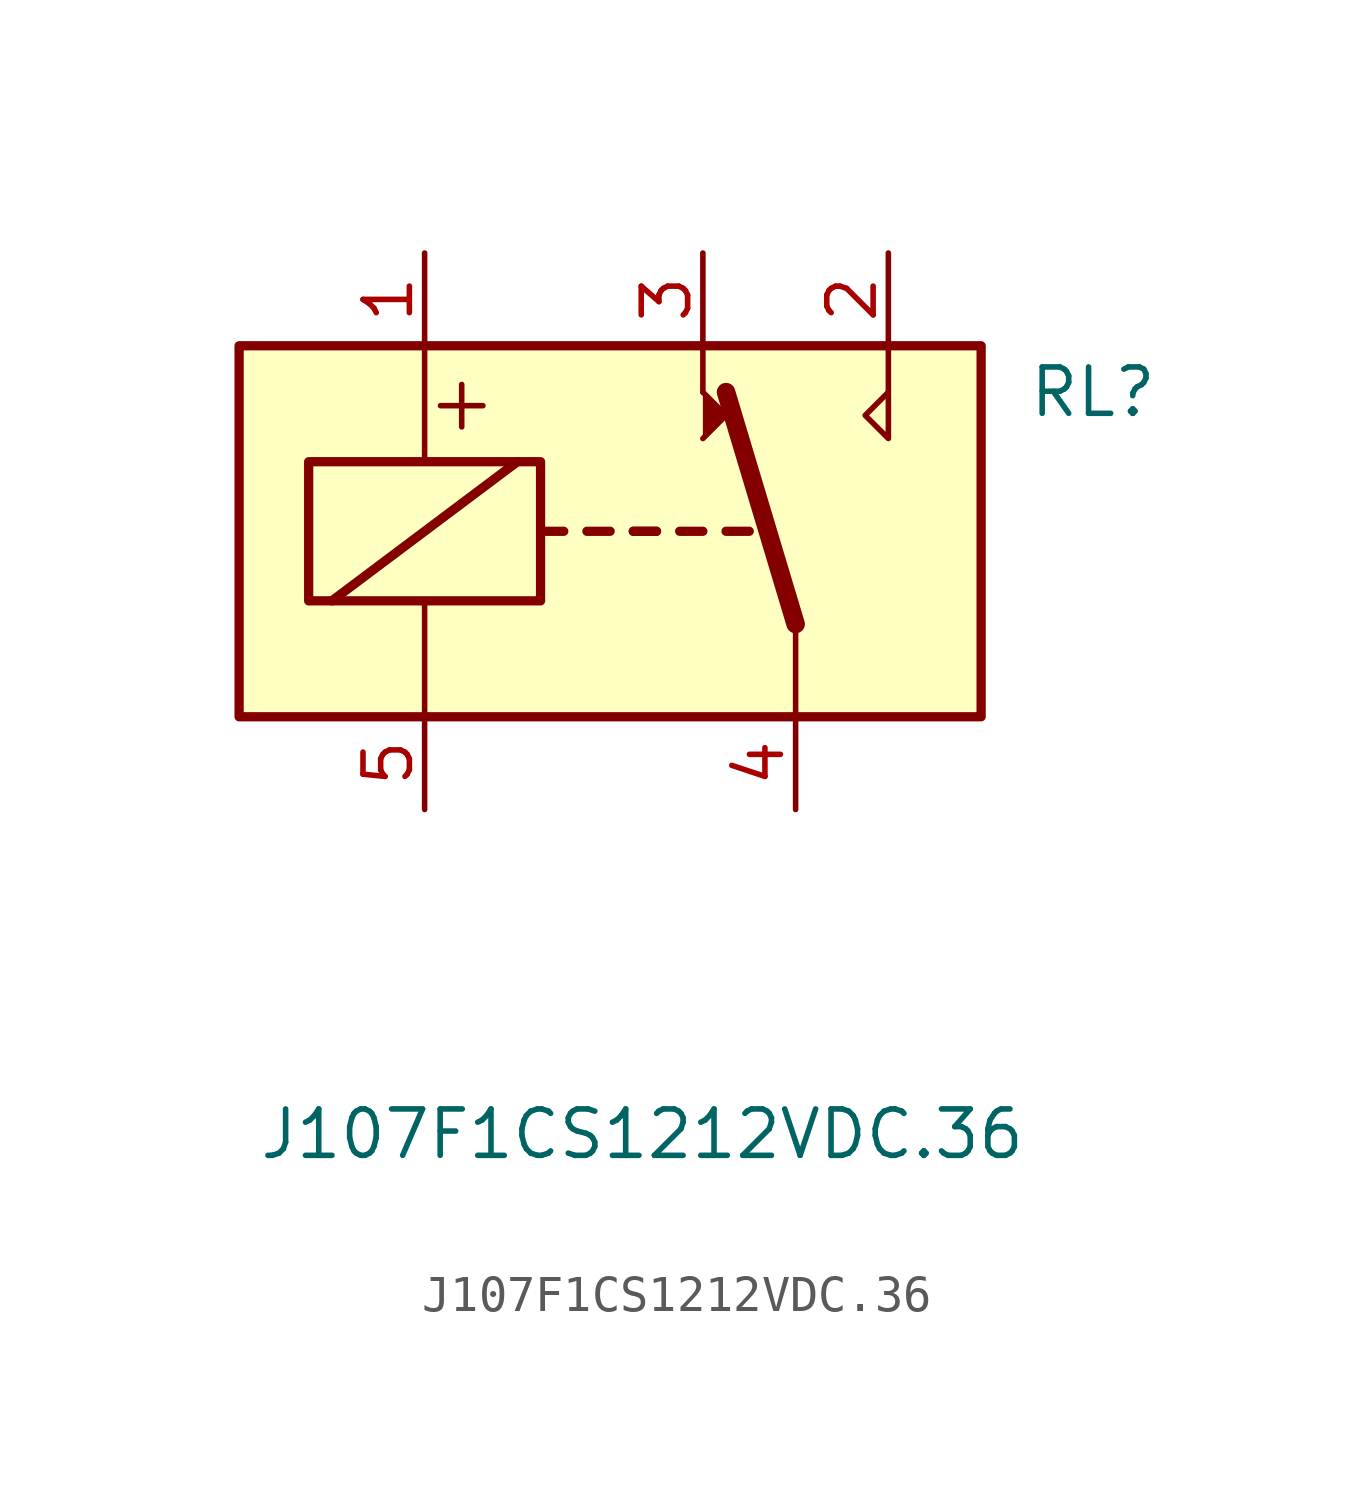
<source format=kicad_sym>
(kicad_symbol_lib
  (version 20231120)
  (generator "kicad_symbol_editor")
  (generator_version "8.0")
  (symbol "J107F1CS1212VDC.36"
    (pin_names
      (offset 1.016))
    (property "Reference" "RL"
      (at 11.43 3.81 0)
      (effects (font (size 1.27 1.27)) (justify left)))
    (property "Value" "J107F1CS1212VDC.36"
      (at -9.652 -16.51 0)
      (effects (font (size 1.27 1.27)) (justify left)))
    (symbol "J107F1CS1212VDC.36_0_0"
      (polyline (pts (xy 2.54 3.81) (xy 2.54 5.08)) (stroke (width 0) (type default)) (fill (type none)))
      (polyline (pts (xy 7.62 3.81) (xy 7.62 5.08)) (stroke (width 0) (type default)) (fill (type none)))
      (polyline (pts (xy 7.62 3.81) (xy 7.62 2.54) (xy 6.985 3.175) (xy 7.62 3.81)) (stroke (width 0) (type default)) (fill (type none)))
      (text "+" (at -4.064 3.556 0) (effects (font (size 1.524 1.524)))))
    (symbol "J107F1CS1212VDC.36_0_1"
      (rectangle (start -10.16 5.08) (end 10.16 -5.08) (stroke (width 0.254) (type default)) (fill (type background)))
      (rectangle (start -8.255 1.905) (end -1.905 -1.905) (stroke (width 0.254) (type default)) (fill (type none)))
      (polyline (pts (xy -7.62 -1.905) (xy -2.54 1.905)) (stroke (width 0.254) (type default)) (fill (type none)))
      (polyline (pts (xy -5.08 -5.08) (xy -5.08 -1.905)) (stroke (width 0) (type default)) (fill (type none)))
      (polyline (pts (xy -5.08 5.08) (xy -5.08 1.905)) (stroke (width 0) (type default)) (fill (type none)))
      (polyline (pts (xy -1.905 0) (xy -1.27 0)) (stroke (width 0.254) (type default)) (fill (type none)))
      (polyline (pts (xy -0.635 0) (xy 0 0)) (stroke (width 0.254) (type default)) (fill (type none)))
      (polyline (pts (xy 0.635 0) (xy 1.27 0)) (stroke (width 0.254) (type default)) (fill (type none)))
      (polyline (pts (xy 0.635 0) (xy 1.27 0)) (stroke (width 0.254) (type default)) (fill (type none)))
      (polyline (pts (xy 1.905 0) (xy 2.54 0)) (stroke (width 0.254) (type default)) (fill (type none)))
      (polyline (pts (xy 3.175 0) (xy 3.81 0)) (stroke (width 0.254) (type default)) (fill (type none)))
      (polyline (pts (xy 5.08 -2.54) (xy 3.175 3.81)) (stroke (width 0.508) (type default)) (fill (type none)))
      (polyline (pts (xy 5.08 -2.54) (xy 5.08 -5.08)) (stroke (width 0) (type default)) (fill (type none)))
      (polyline (pts (xy 2.54 2.54) (xy 3.175 3.175) (xy 2.54 3.81)) (stroke (width 0) (type default)) (fill (type outline))))
    (symbol "J107F1CS1212VDC.36_1_1"
      (pin passive line (at -5.08 7.62 270) (length 2.54) (name "~" (effects (font (size 1.27 1.27)))) (number "1" (effects (font (size 1.27 1.27)))))
      (pin passive line (at 7.62 7.62 270) (length 2.54) (name "~" (effects (font (size 1.27 1.27)))) (number "2" (effects (font (size 1.27 1.27)))))
      (pin passive line (at 2.54 7.62 270) (length 2.54) (name "~" (effects (font (size 1.27 1.27)))) (number "3" (effects (font (size 1.27 1.27)))))
      (pin passive line (at 5.08 -7.62 90) (length 2.54) (name "~" (effects (font (size 1.27 1.27)))) (number "4" (effects (font (size 1.27 1.27)))))
      (pin passive line (at -5.08 -7.62 90) (length 2.54) (name "~" (effects (font (size 1.27 1.27)))) (number "5" (effects (font (size 1.27 1.27))))))))
</source>
